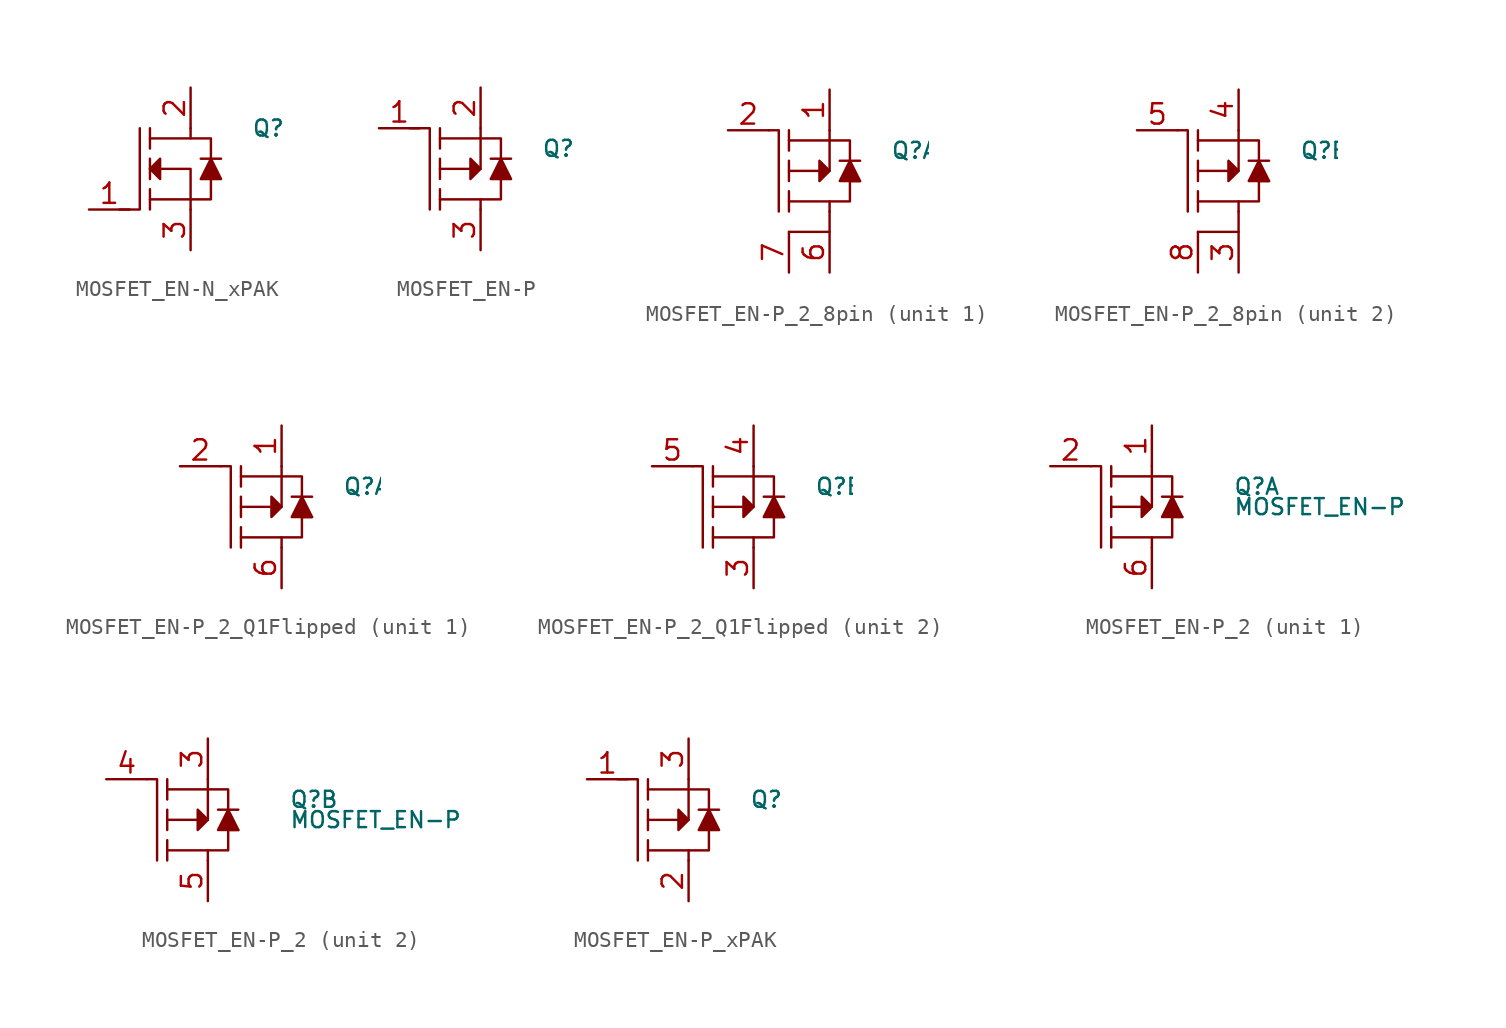
<source format=kicad_sym>
(kicad_symbol_lib
  (version 20231120)
  (generator "kicad_symbol_editor")
  (generator_version "8.0")
  (symbol "MOSFET_EN-N_xPAK"
    (pin_names hide)
    (property "Reference" "Q"
      (at 3.81 2.54 0)
      (do_not_autoplace)
      (effects (font (size 1 1)) (justify left)))
    (symbol "MOSFET_EN-N_xPAK_0_1"
      (polyline (pts (xy -2.54 -1.905) (xy 0 -1.905)) (stroke (width 0) (type default)) (fill (type none)))
      (polyline (pts (xy -2.54 -1.27) (xy -2.54 -2.54)) (stroke (width 0) (type default)) (fill (type none)))
      (polyline (pts (xy -2.54 0.635) (xy -2.54 -0.635)) (stroke (width 0) (type default)) (fill (type none)))
      (polyline (pts (xy -2.54 2.54) (xy -2.54 1.27)) (stroke (width 0) (type default)) (fill (type none)))
      (polyline (pts (xy 0.635 0.635) (xy 1.905 0.635)) (stroke (width 0) (type default)) (fill (type none)))
      (polyline (pts (xy -3.175 2.54) (xy -3.175 -2.54) (xy -4.445 -2.54)) (stroke (width 0) (type default)) (fill (type none)))
      (polyline (pts (xy -2.54 0) (xy 0 0) (xy 0 -2.54)) (stroke (width 0) (type default)) (fill (type none)))
      (polyline (pts (xy -2.54 1.905) (xy 0 1.905) (xy 0 2.54)) (stroke (width 0) (type default)) (fill (type none)))
      (polyline (pts (xy 1.27 -0.635) (xy 1.27 -1.905) (xy 0 -1.905)) (stroke (width 0) (type default)) (fill (type none)))
      (polyline (pts (xy 1.27 0.635) (xy 1.27 1.905) (xy 0 1.905)) (stroke (width 0) (type default)) (fill (type none)))
      (polyline (pts (xy -1.905 0.635) (xy -1.905 -0.635) (xy -2.54 0) (xy -1.905 0.635)) (stroke (width 0) (type default)) (fill (type outline)))
      (polyline (pts (xy 1.27 0.635) (xy 0.635 -0.635) (xy 1.905 -0.635) (xy 1.27 0.635)) (stroke (width 0) (type default)) (fill (type outline))))
    (symbol "MOSFET_EN-N_xPAK_1_1"
      (pin input line (at -6.35 -2.54 0) (length 2.54) (name "G" (effects (font (size 1.27 1.27)))) (number "1" (effects (font (size 1.27 1.27)))))
      (pin bidirectional line (at 0 5.08 270) (length 2.54) (name "D" (effects (font (size 1.27 1.27)))) (number "2" (effects (font (size 1.27 1.27)))))
      (pin bidirectional line (at 0 -5.08 90) (length 2.54) (name "S" (effects (font (size 1.27 1.27)))) (number "3" (effects (font (size 1.27 1.27)))))))
  (symbol "MOSFET_EN-P"
    (pin_names hide)
    (property "Reference" "Q"
      (at 3.81 1.27 0)
      (effects (font (size 1 1)) (justify left)))
    (symbol "MOSFET_EN-P_0_1"
      (polyline (pts (xy -2.54 -2.54) (xy -2.54 -1.27)) (stroke (width 0) (type default)) (fill (type none)))
      (polyline (pts (xy -2.54 -0.635) (xy -2.54 0.635)) (stroke (width 0) (type default)) (fill (type none)))
      (polyline (pts (xy -2.54 1.27) (xy -2.54 2.54)) (stroke (width 0) (type default)) (fill (type none)))
      (polyline (pts (xy -2.54 1.905) (xy 0 1.905)) (stroke (width 0) (type default)) (fill (type none)))
      (polyline (pts (xy 0.635 0.635) (xy 1.905 0.635)) (stroke (width 0) (type default)) (fill (type none)))
      (polyline (pts (xy -3.175 -2.54) (xy -3.175 2.54) (xy -4.445 2.54)) (stroke (width 0) (type default)) (fill (type none)))
      (polyline (pts (xy -2.54 -1.905) (xy 0 -1.905) (xy 0 -2.54)) (stroke (width 0) (type default)) (fill (type none)))
      (polyline (pts (xy -2.54 0) (xy 0 0) (xy 0 2.54)) (stroke (width 0) (type default)) (fill (type none)))
      (polyline (pts (xy 1.27 -0.635) (xy 1.27 -1.905) (xy 0 -1.905)) (stroke (width 0) (type default)) (fill (type none)))
      (polyline (pts (xy 1.27 0.635) (xy 1.27 1.905) (xy 0 1.905)) (stroke (width 0) (type default)) (fill (type none)))
      (polyline (pts (xy -0.635 -0.635) (xy -0.635 0.635) (xy 0 0) (xy -0.635 -0.635)) (stroke (width 0) (type default)) (fill (type outline)))
      (polyline (pts (xy 0.635 -0.635) (xy 1.905 -0.635) (xy 1.27 0.635) (xy 0.635 -0.635)) (stroke (width 0) (type default)) (fill (type outline))))
    (symbol "MOSFET_EN-P_1_1"
      (pin input line (at -6.35 2.54 0) (length 2.54) (name "G" (effects (font (size 1.27 1.27)))) (number "1" (effects (font (size 1.27 1.27)))))
      (pin bidirectional line (at 0 5.08 270) (length 2.54) (name "S" (effects (font (size 1.27 1.27)))) (number "2" (effects (font (size 1.27 1.27)))))
      (pin bidirectional line (at 0 -5.08 90) (length 2.54) (name "D" (effects (font (size 1.27 1.27)))) (number "3" (effects (font (size 1.27 1.27)))))))
  (symbol "MOSFET_EN-P_2_8pin"
    (property "Reference" "Q"
      (at 3.81 1.27 0)
      (effects (font (size 1 1)) (justify left)))
    (symbol "MOSFET_EN-P_2_8pin_0_1"
      (polyline (pts (xy -2.54 -2.54) (xy -2.54 -1.27)) (stroke (width 0) (type default)) (fill (type none)))
      (polyline (pts (xy -2.54 -0.635) (xy -2.54 0.635)) (stroke (width 0) (type default)) (fill (type none)))
      (polyline (pts (xy -2.54 1.27) (xy -2.54 2.54)) (stroke (width 0) (type default)) (fill (type none)))
      (polyline (pts (xy 0 -2.54) (xy 0 -1.905)) (stroke (width 0) (type default)) (fill (type none)))
      (polyline (pts (xy 0 1.905) (xy -2.54 1.905)) (stroke (width 0) (type default)) (fill (type none)))
      (polyline (pts (xy 1.905 0.635) (xy 0.635 0.635)) (stroke (width 0) (type default)) (fill (type none)))
      (polyline (pts (xy -3.175 -2.54) (xy -3.175 2.54) (xy -3.81 2.54)) (stroke (width 0) (type default)) (fill (type none)))
      (polyline (pts (xy 0 -2.54) (xy 0 -3.81) (xy -2.54 -3.81)) (stroke (width 0) (type default)) (fill (type none)))
      (polyline (pts (xy 0 1.905) (xy 1.27 1.905) (xy 1.27 0.635)) (stroke (width 0) (type default)) (fill (type none)))
      (polyline (pts (xy 0 2.54) (xy 0 0) (xy -2.54 0)) (stroke (width 0) (type default)) (fill (type none)))
      (polyline (pts (xy 0 0) (xy -0.635 -0.635) (xy -0.635 0.635) (xy 0 0)) (stroke (width 0) (type default)) (fill (type outline)))
      (polyline (pts (xy 1.905 -0.635) (xy 0.635 -0.635) (xy 1.27 0.635) (xy 1.905 -0.635)) (stroke (width 0) (type default)) (fill (type outline)))
      (polyline (pts (xy 1.905 -0.635) (xy 1.27 -0.635) (xy 1.27 -1.905) (xy 0 -1.905) (xy -2.54 -1.905)) (stroke (width 0) (type default)) (fill (type none))))
    (symbol "MOSFET_EN-P_2_8pin_1_1"
      (pin bidirectional line (at 0 5.08 270) (length 2.54) (name "~" (effects (font (size 1.27 1.27)))) (number "1" (effects (font (size 1.27 1.27)))))
      (pin input line (at -6.35 2.54 0) (length 2.54) (name "~" (effects (font (size 1.27 1.27)))) (number "2" (effects (font (size 1.27 1.27)))))
      (pin bidirectional line (at 0 -6.35 90) (length 2.54) (name "~" (effects (font (size 1.27 1.27)))) (number "6" (effects (font (size 1.27 1.27)))))
      (pin bidirectional line (at -2.54 -6.35 90) (length 2.54) (name "~" (effects (font (size 1.27 1.27)))) (number "7" (effects (font (size 1.27 1.27))))))
    (symbol "MOSFET_EN-P_2_8pin_2_1"
      (pin bidirectional line (at 0 -6.35 90) (length 2.54) (name "~" (effects (font (size 1.27 1.27)))) (number "3" (effects (font (size 1.27 1.27)))))
      (pin bidirectional line (at 0 5.08 270) (length 2.54) (name "~" (effects (font (size 1.27 1.27)))) (number "4" (effects (font (size 1.27 1.27)))))
      (pin input line (at -6.35 2.54 0) (length 2.54) (name "~" (effects (font (size 1.27 1.27)))) (number "5" (effects (font (size 1.27 1.27)))))
      (pin bidirectional line (at -2.54 -6.35 90) (length 2.54) (name "~" (effects (font (size 1.27 1.27)))) (number "8" (effects (font (size 1.27 1.27)))))))
  (symbol "MOSFET_EN-P_2_Q1Flipped"
    (property "Reference" "Q"
      (at 3.81 1.27 0)
      (effects (font (size 1 1)) (justify left)))
    (symbol "MOSFET_EN-P_2_Q1Flipped_1_1"
      (polyline (pts (xy -2.54 -2.54) (xy -2.54 -1.27)) (stroke (width 0) (type default)) (fill (type none)))
      (polyline (pts (xy -2.54 -0.635) (xy -2.54 0.635)) (stroke (width 0) (type default)) (fill (type none)))
      (polyline (pts (xy -2.54 1.27) (xy -2.54 2.54)) (stroke (width 0) (type default)) (fill (type none)))
      (polyline (pts (xy 0 -2.54) (xy 0 -1.905)) (stroke (width 0) (type default)) (fill (type none)))
      (polyline (pts (xy 0 1.905) (xy -2.54 1.905)) (stroke (width 0) (type default)) (fill (type none)))
      (polyline (pts (xy 1.905 0.635) (xy 0.635 0.635)) (stroke (width 0) (type default)) (fill (type none)))
      (polyline (pts (xy -3.175 -2.54) (xy -3.175 2.54) (xy -3.81 2.54)) (stroke (width 0) (type default)) (fill (type none)))
      (polyline (pts (xy 0 1.905) (xy 1.27 1.905) (xy 1.27 0.635)) (stroke (width 0) (type default)) (fill (type none)))
      (polyline (pts (xy 0 2.54) (xy 0 0) (xy -2.54 0)) (stroke (width 0) (type default)) (fill (type none)))
      (polyline (pts (xy 0 0) (xy -0.635 -0.635) (xy -0.635 0.635) (xy 0 0)) (stroke (width 0) (type default)) (fill (type outline)))
      (polyline (pts (xy 1.905 -0.635) (xy 0.635 -0.635) (xy 1.27 0.635) (xy 1.905 -0.635)) (stroke (width 0) (type default)) (fill (type outline)))
      (polyline (pts (xy 1.905 -0.635) (xy 1.27 -0.635) (xy 1.27 -1.905) (xy 0 -1.905) (xy -2.54 -1.905)) (stroke (width 0) (type default)) (fill (type none)))
      (pin bidirectional line (at 0 5.08 270) (length 2.54) (name "~" (effects (font (size 1.27 1.27)))) (number "1" (effects (font (size 1.27 1.27)))))
      (pin input line (at -6.35 2.54 0) (length 2.54) (name "~" (effects (font (size 1.27 1.27)))) (number "2" (effects (font (size 1.27 1.27)))))
      (pin bidirectional line (at 0 -5.08 90) (length 2.54) (name "~" (effects (font (size 1.27 1.27)))) (number "6" (effects (font (size 1.27 1.27))))))
    (symbol "MOSFET_EN-P_2_Q1Flipped_2_1"
      (polyline (pts (xy -2.54 -2.54) (xy -2.54 -1.27)) (stroke (width 0) (type default)) (fill (type none)))
      (polyline (pts (xy -2.54 -0.635) (xy -2.54 0.635)) (stroke (width 0) (type default)) (fill (type none)))
      (polyline (pts (xy -2.54 1.27) (xy -2.54 2.54)) (stroke (width 0) (type default)) (fill (type none)))
      (polyline (pts (xy 0 -2.54) (xy 0 -1.905)) (stroke (width 0) (type default)) (fill (type none)))
      (polyline (pts (xy 0 1.905) (xy -2.54 1.905)) (stroke (width 0) (type default)) (fill (type none)))
      (polyline (pts (xy 1.905 0.635) (xy 0.635 0.635)) (stroke (width 0) (type default)) (fill (type none)))
      (polyline (pts (xy -3.175 -2.54) (xy -3.175 2.54) (xy -3.81 2.54)) (stroke (width 0) (type default)) (fill (type none)))
      (polyline (pts (xy 0 1.905) (xy 1.27 1.905) (xy 1.27 0.635)) (stroke (width 0) (type default)) (fill (type none)))
      (polyline (pts (xy 0 2.54) (xy 0 0) (xy -2.54 0)) (stroke (width 0) (type default)) (fill (type none)))
      (polyline (pts (xy 0 0) (xy -0.635 -0.635) (xy -0.635 0.635) (xy 0 0)) (stroke (width 0) (type default)) (fill (type outline)))
      (polyline (pts (xy 1.905 -0.635) (xy 0.635 -0.635) (xy 1.27 0.635) (xy 1.905 -0.635)) (stroke (width 0) (type default)) (fill (type outline)))
      (polyline (pts (xy 1.905 -0.635) (xy 1.27 -0.635) (xy 1.27 -1.905) (xy 0 -1.905) (xy -2.54 -1.905)) (stroke (width 0) (type default)) (fill (type none)))
      (pin bidirectional line (at 0 -5.08 90) (length 2.54) (name "~" (effects (font (size 1.27 1.27)))) (number "3" (effects (font (size 1.27 1.27)))))
      (pin bidirectional line (at 0 5.08 270) (length 2.54) (name "~" (effects (font (size 1.27 1.27)))) (number "4" (effects (font (size 1.27 1.27)))))
      (pin input line (at -6.35 2.54 0) (length 2.54) (name "~" (effects (font (size 1.27 1.27)))) (number "5" (effects (font (size 1.27 1.27)))))))
  (symbol "MOSFET_EN-P_2"
    (property "Reference" "Q"
      (at 5.08 1.27 0)
      (effects (font (size 1 1)) (justify left)))
    (property "Value" "MOSFET_EN-P"
      (at 5.08 0 0)
      (effects (font (size 1 1)) (justify left)))
    (property "ki_locked" ""
      (at 0 0 0)
      (effects (font (size 1.27 1.27))))
    (symbol "MOSFET_EN-P_2_0_1"
      (polyline (pts (xy -2.54 -2.54) (xy -2.54 -1.27)) (stroke (width 0) (type default)) (fill (type none)))
      (polyline (pts (xy -2.54 -0.635) (xy -2.54 0.635)) (stroke (width 0) (type default)) (fill (type none)))
      (polyline (pts (xy -2.54 1.27) (xy -2.54 2.54)) (stroke (width 0) (type default)) (fill (type none)))
      (polyline (pts (xy 0 -2.54) (xy 0 -1.905)) (stroke (width 0) (type default)) (fill (type none)))
      (polyline (pts (xy 0 1.905) (xy -2.54 1.905)) (stroke (width 0) (type default)) (fill (type none)))
      (polyline (pts (xy 1.905 0.635) (xy 0.635 0.635)) (stroke (width 0) (type default)) (fill (type none)))
      (polyline (pts (xy -3.175 -2.54) (xy -3.175 2.54) (xy -3.81 2.54)) (stroke (width 0) (type default)) (fill (type none)))
      (polyline (pts (xy 0 1.905) (xy 1.27 1.905) (xy 1.27 0.635)) (stroke (width 0) (type default)) (fill (type none)))
      (polyline (pts (xy 0 2.54) (xy 0 0) (xy -2.54 0)) (stroke (width 0) (type default)) (fill (type none)))
      (polyline (pts (xy 0 0) (xy -0.635 -0.635) (xy -0.635 0.635) (xy 0 0)) (stroke (width 0) (type default)) (fill (type outline)))
      (polyline (pts (xy 1.905 -0.635) (xy 0.635 -0.635) (xy 1.27 0.635) (xy 1.905 -0.635)) (stroke (width 0) (type default)) (fill (type outline)))
      (polyline (pts (xy 1.905 -0.635) (xy 1.27 -0.635) (xy 1.27 -1.905) (xy 0 -1.905) (xy -2.54 -1.905)) (stroke (width 0) (type default)) (fill (type none))))
    (symbol "MOSFET_EN-P_2_1_1"
      (pin bidirectional line (at 0 5.08 270) (length 2.54) (name "~" (effects (font (size 1.27 1.27)))) (number "1" (effects (font (size 1.27 1.27)))))
      (pin input line (at -6.35 2.54 0) (length 2.54) (name "~" (effects (font (size 1.27 1.27)))) (number "2" (effects (font (size 1.27 1.27)))))
      (pin bidirectional line (at 0 -5.08 90) (length 2.54) (name "~" (effects (font (size 1.27 1.27)))) (number "6" (effects (font (size 1.27 1.27))))))
    (symbol "MOSFET_EN-P_2_2_1"
      (pin bidirectional line (at 0 5.08 270) (length 2.54) (name "~" (effects (font (size 1.27 1.27)))) (number "3" (effects (font (size 1.27 1.27)))))
      (pin input line (at -6.35 2.54 0) (length 2.54) (name "~" (effects (font (size 1.27 1.27)))) (number "4" (effects (font (size 1.27 1.27)))))
      (pin bidirectional line (at 0 -5.08 90) (length 2.54) (name "~" (effects (font (size 1.27 1.27)))) (number "5" (effects (font (size 1.27 1.27)))))))
  (symbol "MOSFET_EN-P_xPAK"
    (pin_names hide)
    (property "Reference" "Q"
      (at 3.81 1.27 0)
      (do_not_autoplace)
      (effects (font (size 1 1)) (justify left)))
    (symbol "MOSFET_EN-P_xPAK_0_1"
      (polyline (pts (xy -2.54 -2.54) (xy -2.54 -1.27)) (stroke (width 0) (type default)) (fill (type none)))
      (polyline (pts (xy -2.54 -0.635) (xy -2.54 0.635)) (stroke (width 0) (type default)) (fill (type none)))
      (polyline (pts (xy -2.54 1.27) (xy -2.54 2.54)) (stroke (width 0) (type default)) (fill (type none)))
      (polyline (pts (xy -2.54 1.905) (xy 0 1.905)) (stroke (width 0) (type default)) (fill (type none)))
      (polyline (pts (xy 0.635 0.635) (xy 1.905 0.635)) (stroke (width 0) (type default)) (fill (type none)))
      (polyline (pts (xy -3.175 -2.54) (xy -3.175 2.54) (xy -4.445 2.54)) (stroke (width 0) (type default)) (fill (type none)))
      (polyline (pts (xy -2.54 -1.905) (xy 0 -1.905) (xy 0 -2.54)) (stroke (width 0) (type default)) (fill (type none)))
      (polyline (pts (xy -2.54 0) (xy 0 0) (xy 0 2.54)) (stroke (width 0) (type default)) (fill (type none)))
      (polyline (pts (xy 1.27 -0.635) (xy 1.27 -1.905) (xy 0 -1.905)) (stroke (width 0) (type default)) (fill (type none)))
      (polyline (pts (xy 1.27 0.635) (xy 1.27 1.905) (xy 0 1.905)) (stroke (width 0) (type default)) (fill (type none)))
      (polyline (pts (xy -0.635 -0.635) (xy -0.635 0.635) (xy 0 0) (xy -0.635 -0.635)) (stroke (width 0) (type default)) (fill (type outline)))
      (polyline (pts (xy 0.635 -0.635) (xy 1.905 -0.635) (xy 1.27 0.635) (xy 0.635 -0.635)) (stroke (width 0) (type default)) (fill (type outline))))
    (symbol "MOSFET_EN-P_xPAK_1_1"
      (pin input line (at -6.35 2.54 0) (length 2.54) (name "G" (effects (font (size 1.27 1.27)))) (number "1" (effects (font (size 1.27 1.27)))))
      (pin bidirectional line (at 0 -5.08 90) (length 2.54) (name "D" (effects (font (size 1.27 1.27)))) (number "2" (effects (font (size 1.27 1.27)))))
      (pin bidirectional line (at 0 5.08 270) (length 2.54) (name "S" (effects (font (size 1.27 1.27)))) (number "3" (effects (font (size 1.27 1.27))))))))
</source>
